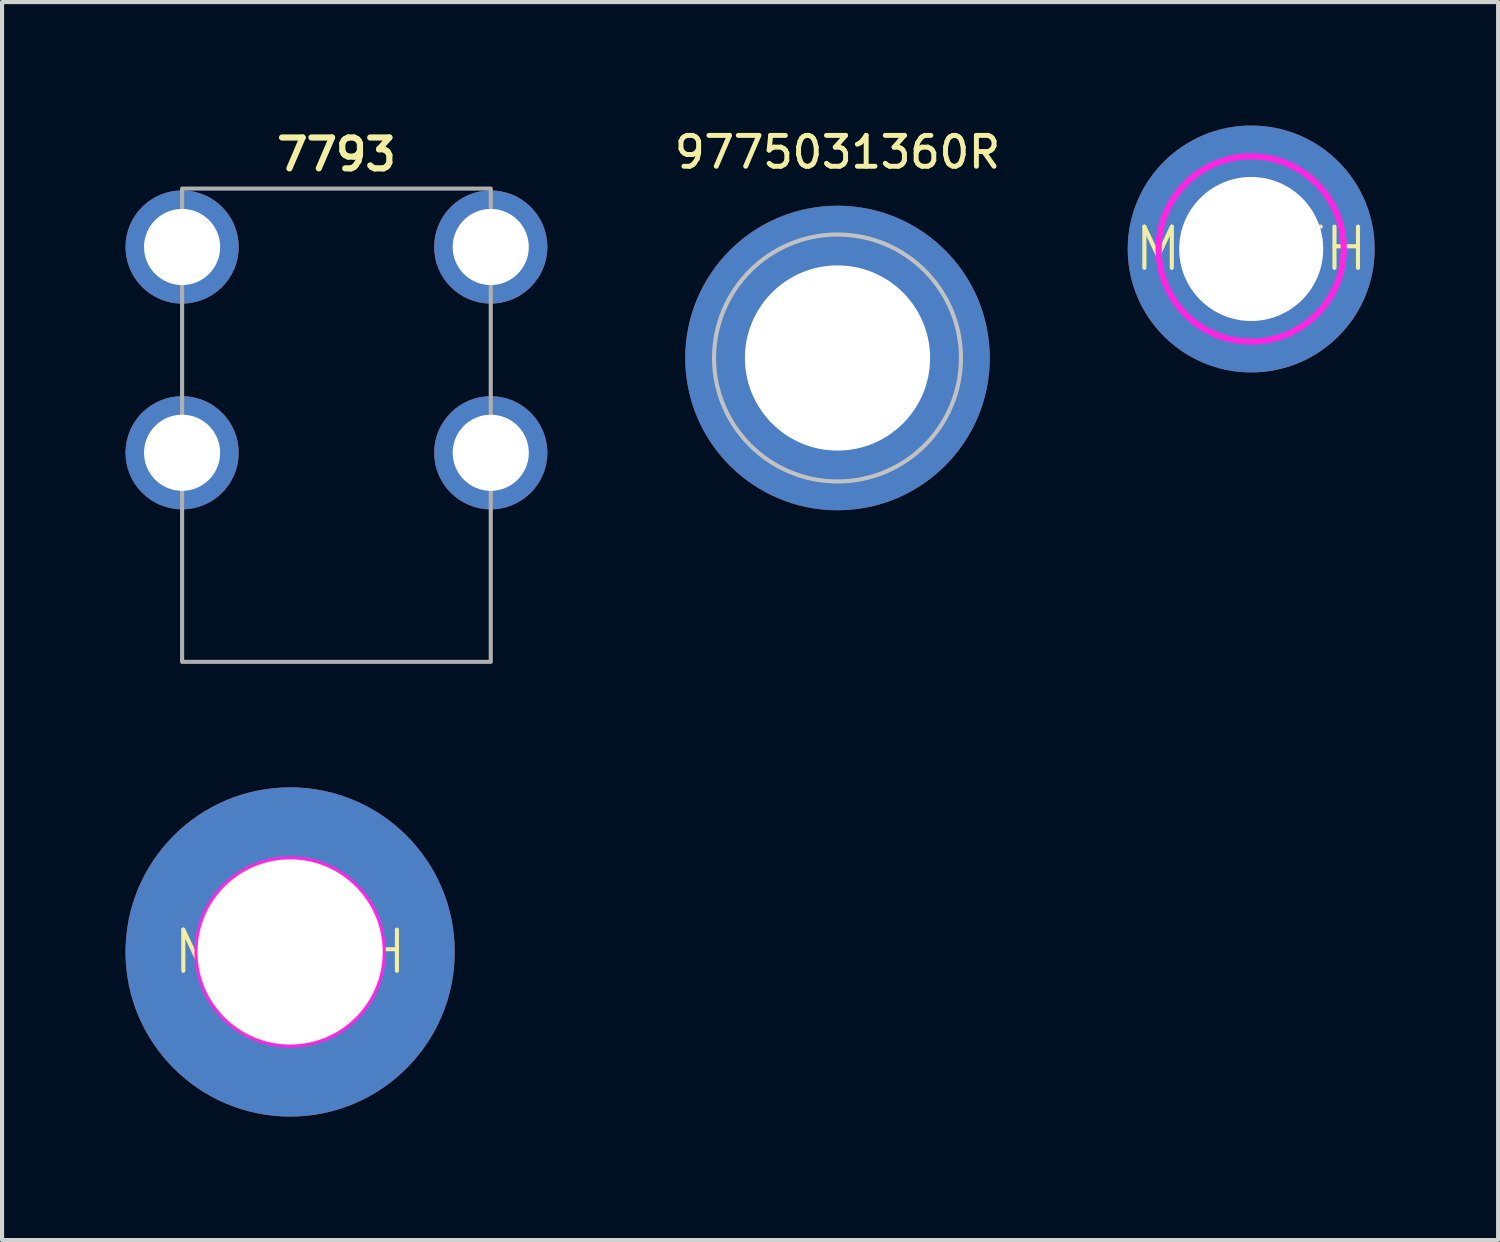
<source format=kicad_pcb>
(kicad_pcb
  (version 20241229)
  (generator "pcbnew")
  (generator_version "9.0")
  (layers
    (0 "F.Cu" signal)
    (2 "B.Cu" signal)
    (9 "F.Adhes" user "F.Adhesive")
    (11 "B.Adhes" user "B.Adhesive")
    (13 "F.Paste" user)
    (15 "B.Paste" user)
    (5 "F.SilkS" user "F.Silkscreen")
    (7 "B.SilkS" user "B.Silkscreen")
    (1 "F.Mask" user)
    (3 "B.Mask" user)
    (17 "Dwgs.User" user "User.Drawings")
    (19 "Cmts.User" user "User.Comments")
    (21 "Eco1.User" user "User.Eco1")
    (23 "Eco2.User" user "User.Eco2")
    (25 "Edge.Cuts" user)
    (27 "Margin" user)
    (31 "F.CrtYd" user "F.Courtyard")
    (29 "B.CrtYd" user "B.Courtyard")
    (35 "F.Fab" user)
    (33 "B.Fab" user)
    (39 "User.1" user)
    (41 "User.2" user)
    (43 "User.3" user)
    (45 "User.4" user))
  (footprint "M3_PTH"
    (layer "F.Cu")
    (at 27.353 3)
    (property "Reference" "M3_PTH" (at 0 0 0) (unlocked yes) (layer "F.SilkS") (effects (font (size 1 1) (thickness 0.1))))
    (attr through_hole)
    (fp_circle (center 0 0) (end 2.25 0) (stroke (width 0.15) (type default)) (fill no) (layer "F.CrtYd"))
    (fp_circle (center 0 0) (end 0 -1.27) (stroke (width 0.1) (type default)) (fill no) (layer "F.Fab"))
    (pad "1" thru_hole circle (at 0 0) (size 6 6) (drill 3.5) (layers "*.Cu" "*.Mask")))
  (footprint "M4_PTH"
    (layer "F.Cu")
    (at 4 20.082)
    (property "Reference" "M4_PTH" (at 0 0 0) (unlocked yes) (layer "F.SilkS") (effects (font (size 1 1) (thickness 0.1))))
    (attr through_hole)
    (fp_circle (center 0 0) (end 2.25 0) (stroke (width 0.15) (type default)) (fill no) (layer "F.CrtYd"))
    (fp_circle (center 0 0) (end 0 -1.27) (stroke (width 0.1) (type default)) (fill no) (layer "F.Fab"))
    (pad "1" thru_hole circle (at 0 0) (size 8 8) (drill 4.5) (layers "*.Cu" "*.Mask")))
  (footprint "7793"
    (layer "F.Cu")
    (at 5.125 5.452)
    (property "Reference" "7793" (at 0 -4.75 0) (unlocked yes) (layer "F.SilkS") (effects (font (size 0.75 0.75) (thickness 0.15))))
    (attr exclude_from_pos_files exclude_from_bom dnp)
    (fp_rect (start -3.75 -3.92) (end 3.75 7.58) (stroke (width 0.1) (type solid)) (fill no) (layer "F.Fab"))
    (pad "1" thru_hole circle (at -3.75 -2.5) (size 2.75 2.75) (drill 1.85) (layers "*.Cu" "*.Mask"))
    (pad "2" thru_hole circle (at -3.75 2.5) (size 2.75 2.75) (drill 1.85) (layers "*.Cu" "*.Mask"))
    (pad "3" thru_hole circle (at 3.75 2.5) (size 2.75 2.75) (drill 1.85) (layers "*.Cu" "*.Mask"))
    (pad "4" thru_hole circle (at 3.75 -2.5) (size 2.75 2.75) (drill 1.85) (layers "*.Cu" "*.Mask")))
  (footprint "9775031360R"
    (layer "F.Cu")
    (at 17.301 5.649)
    (property "Reference" "9775031360R" (at 0 -5 0) (unlocked yes) (layer "F.SilkS") (effects (font (size 0.75 0.75) (thickness 0.12))))
    (attr smd)
    (fp_poly (pts (arc (start -0.4 -3.635) (mid -2.585849 -2.585849) (end -3.635 -0.4)) (arc (start -2.24 -0.4) (mid -1.608975 -1.608975) (end -0.4 -2.24))) (stroke (width 0) (type solid)) (fill yes) (layer "B.Paste"))
    (fp_poly (pts (arc (start -0.4 2.24) (mid -1.608975 1.608975) (end -2.24 0.4)) (arc (start -3.635 0.4) (mid -2.585849 2.585849) (end -0.4 3.635))) (stroke (width 0) (type solid)) (fill yes) (layer "B.Paste"))
    (fp_poly (pts (arc (start 0.4 3.635) (mid 2.585849 2.585849) (end 3.635 0.4)) (arc (start 2.24 0.4) (mid 1.608975 1.608975) (end 0.4 2.24))) (stroke (width 0) (type solid)) (fill yes) (layer "B.Paste"))
    (fp_poly (pts (arc (start 2.24 -0.4) (mid 1.608975 -1.608975) (end 0.4 -2.24)) (arc (start 0.4 -3.635) (mid 2.585849 -2.585849) (end 3.635 -0.4))) (stroke (width 0) (type solid)) (fill yes) (layer "B.Paste"))
    (fp_circle (center 0 0) (end 2.1 0) (stroke (width 0.1) (type default)) (fill no) (layer "Dwgs.User"))
    (fp_circle (center 0 0) (end 3 0) (stroke (width 0.1) (type default)) (fill no) (layer "Dwgs.User"))
    (pad "1" thru_hole circle (at 0 0 180) (size 7.4 7.4) (drill 4.5) (layers "*.Cu" "*.Mask")))
  (gr_rect
    (start -3 -3)
    (end 33.353 27.082)
    (stroke (width 0.1) (type default))
    (fill no)
    (layer "Edge.Cuts")))
</source>
